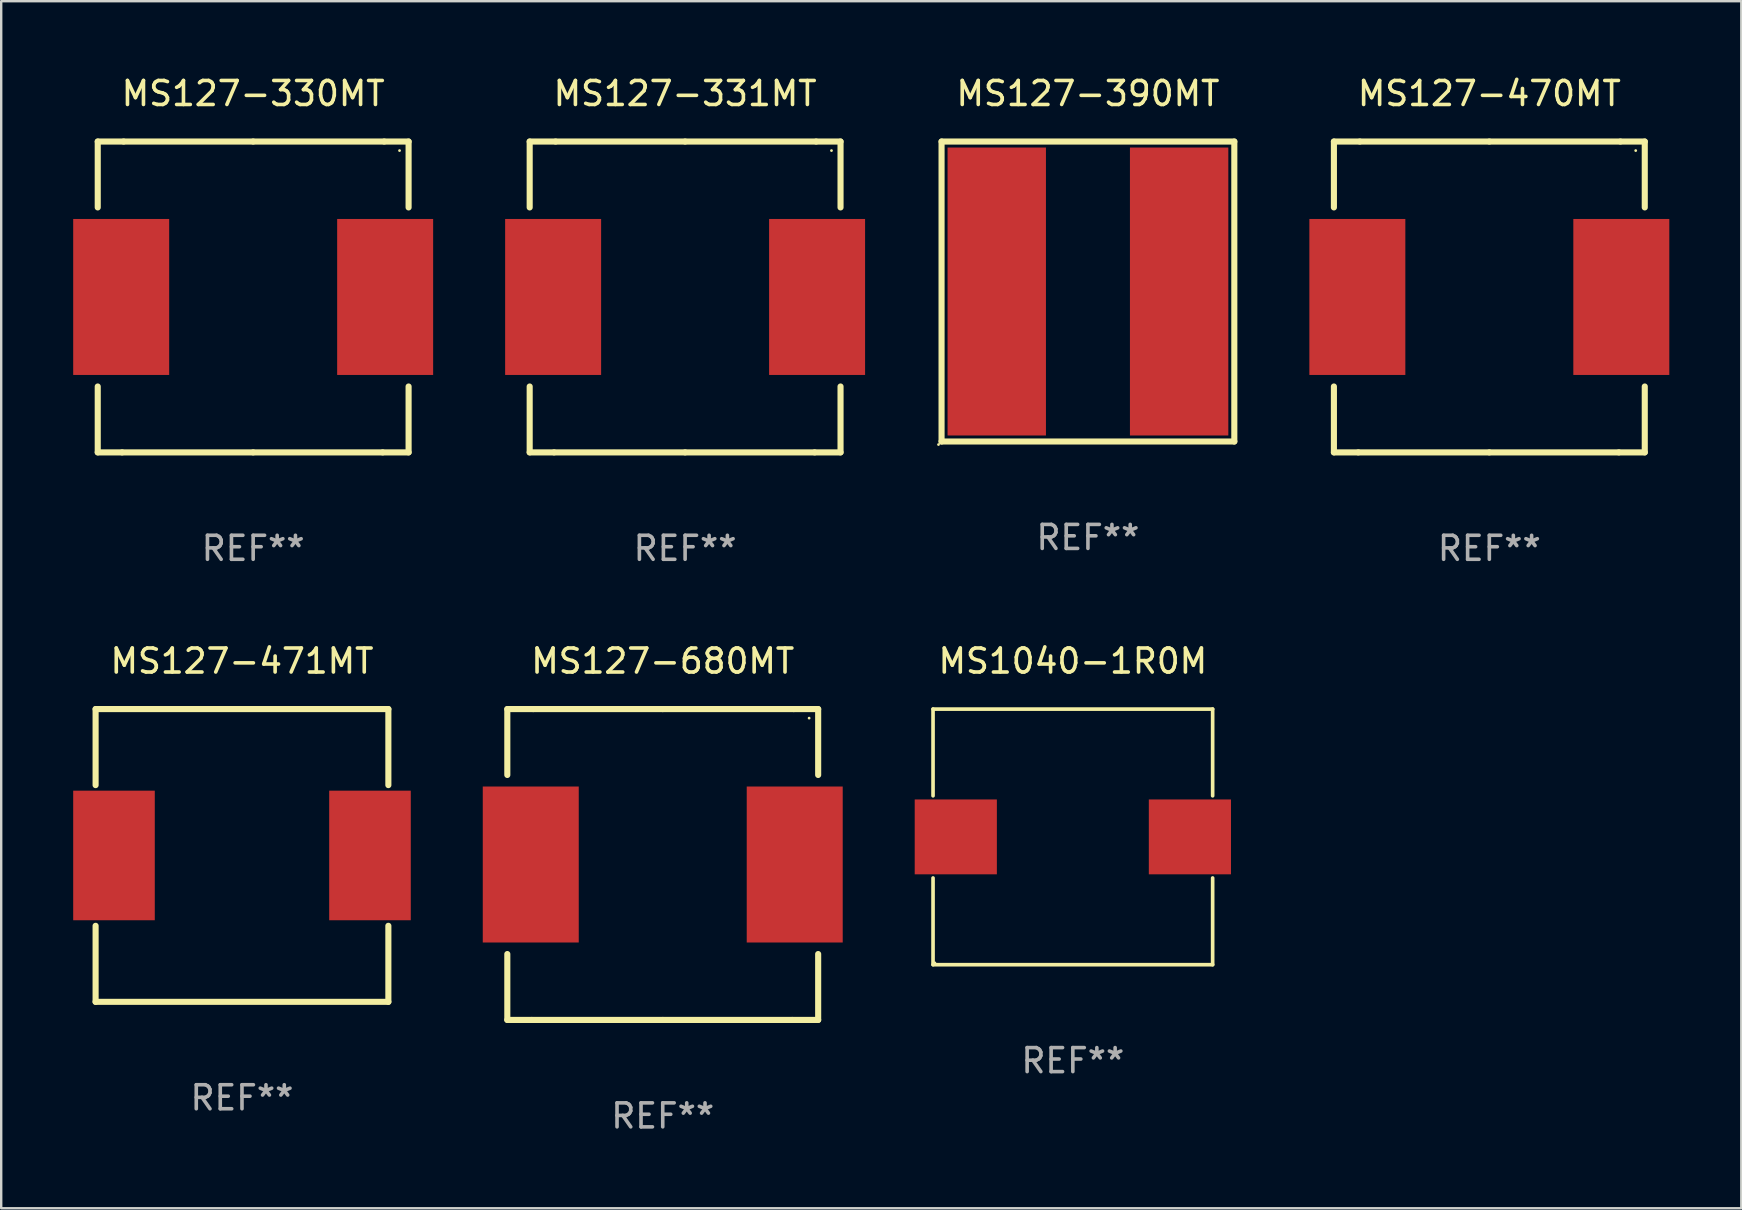
<source format=kicad_pcb>
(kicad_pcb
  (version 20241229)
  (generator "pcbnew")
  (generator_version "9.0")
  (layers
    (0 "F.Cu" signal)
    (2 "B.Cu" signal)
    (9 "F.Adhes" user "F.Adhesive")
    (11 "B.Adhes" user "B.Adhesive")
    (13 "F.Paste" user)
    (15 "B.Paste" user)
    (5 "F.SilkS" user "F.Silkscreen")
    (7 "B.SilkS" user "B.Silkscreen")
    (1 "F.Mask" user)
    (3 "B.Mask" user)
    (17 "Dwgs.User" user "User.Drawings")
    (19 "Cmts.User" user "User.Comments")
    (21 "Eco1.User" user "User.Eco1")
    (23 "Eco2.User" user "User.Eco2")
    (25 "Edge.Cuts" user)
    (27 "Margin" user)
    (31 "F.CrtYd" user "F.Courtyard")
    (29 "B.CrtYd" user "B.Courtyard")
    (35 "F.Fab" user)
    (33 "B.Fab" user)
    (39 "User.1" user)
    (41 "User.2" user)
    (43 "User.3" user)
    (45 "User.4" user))
  (footprint "MS127-331MT"
    (layer "F.Cu")
    (at 25.5 9.325)
    (property "Reference" "MS127-331MT" (at 0 -8.477 0) (layer "F.SilkS") (effects (font (size 1 1) (thickness 0.15))))
    (attr through_hole)
    (fp_line (start -6.477 -6.477) (end -5.398 -6.477) (stroke (width 0.254) (type solid)) (layer "F.SilkS"))
    (fp_line (start -6.477 -3.731) (end -6.477 -6.477) (stroke (width 0.254) (type solid)) (layer "F.SilkS"))
    (fp_line (start -6.477 6.477) (end -6.477 3.731) (stroke (width 0.254) (type solid)) (layer "F.SilkS"))
    (fp_line (start -5.461 6.477) (end -6.477 6.477) (stroke (width 0.254) (type solid)) (layer "F.SilkS"))
    (fp_line (start -5.398 -6.477) (end 0 -6.477) (stroke (width 0.254) (type solid)) (layer "F.SilkS"))
    (fp_line (start 0 -6.477) (end 5.461 -6.477) (stroke (width 0.254) (type solid)) (layer "F.SilkS"))
    (fp_line (start 0 6.477) (end -5.461 6.477) (stroke (width 0.254) (type solid)) (layer "F.SilkS"))
    (fp_line (start 5.398 6.477) (end 0 6.477) (stroke (width 0.254) (type solid)) (layer "F.SilkS"))
    (fp_line (start 5.461 -6.477) (end 6.477 -6.477) (stroke (width 0.254) (type solid)) (layer "F.SilkS"))
    (fp_line (start 6.477 -6.477) (end 6.477 -3.731) (stroke (width 0.254) (type solid)) (layer "F.SilkS"))
    (fp_line (start 6.477 3.731) (end 6.477 6.477) (stroke (width 0.254) (type solid)) (layer "F.SilkS"))
    (fp_line (start 6.477 6.477) (end 5.398 6.477) (stroke (width 0.254) (type solid)) (layer "F.SilkS"))
    (fp_circle (center 6.1 -6.1) (end 6.13 -6.1) (stroke (width 0.06) (type solid)) (fill no) (layer "F.SilkS"))
    (fp_text user "REF**" (at 0 10.477 0) (layer "F.Fab") (effects (font (size 1 1) (thickness 0.15))))
    (pad "1" smd rect (at 5.5 0) (size 4 6.5) (layers "F.Cu" "F.Mask" "F.Paste"))
    (pad "2" smd rect (at -5.5 0) (size 4 6.5) (layers "F.Cu" "F.Mask" "F.Paste")))
  (footprint "MS127-390MT"
    (layer "F.Cu")
    (at 42.287 9.098)
    (property "Reference" "MS127-390MT" (at 0 -8.25 0) (layer "F.SilkS") (effects (font (size 1 1) (thickness 0.15))))
    (attr through_hole)
    (fp_line (start -6.1 -6.25) (end -6.1 6.25) (stroke (width 0.254) (type solid)) (layer "F.SilkS"))
    (fp_line (start -6.1 -6.25) (end 6.1 -6.25) (stroke (width 0.254) (type solid)) (layer "F.SilkS"))
    (fp_line (start -6.1 6.25) (end 6.1 6.25) (stroke (width 0.254) (type solid)) (layer "F.SilkS"))
    (fp_line (start 6.1 6.25) (end 6.1 -6.25) (stroke (width 0.254) (type solid)) (layer "F.SilkS"))
    (fp_circle (center -6.227 6.377) (end -6.197 6.377) (stroke (width 0.06) (type solid)) (fill no) (layer "F.SilkS"))
    (fp_text user "REF**" (at 0 10.25 0) (layer "F.Fab") (effects (font (size 1 1) (thickness 0.15))))
    (pad "1" smd rect (at -3.8 -0.000013 90) (size 12 4.1) (layers "F.Cu" "F.Mask" "F.Paste"))
    (pad "2" smd rect (at 3.8 -0.000013 90) (size 12 4.1) (layers "F.Cu" "F.Mask" "F.Paste")))
  (footprint "MS1040-1R0M"
    (layer "F.Cu")
    (at 41.658 31.825)
    (property "Reference" "MS1040-1R0M" (at 0 -7.326 0) (layer "F.SilkS") (effects (font (size 1 1) (thickness 0.15))))
    (attr through_hole)
    (fp_line (start -5.826 -5.326) (end 5.826 -5.326) (stroke (width 0.152) (type solid)) (layer "F.SilkS"))
    (fp_line (start -5.826 -1.712) (end -5.826 -5.326) (stroke (width 0.152) (type solid)) (layer "F.SilkS"))
    (fp_line (start -5.826 1.712) (end -5.826 5.326) (stroke (width 0.152) (type solid)) (layer "F.SilkS"))
    (fp_line (start -5.826 5.326) (end 5.826 5.326) (stroke (width 0.152) (type solid)) (layer "F.SilkS"))
    (fp_line (start 5.826 -5.326) (end 5.826 -1.712) (stroke (width 0.152) (type solid)) (layer "F.SilkS"))
    (fp_line (start 5.826 5.326) (end 5.826 1.712) (stroke (width 0.152) (type solid)) (layer "F.SilkS"))
    (fp_circle (center -5.75 5.25) (end -5.72 5.25) (stroke (width 0.06) (type solid)) (fill no) (layer "F.SilkS"))
    (fp_text user "REF**" (at 0 9.326 0) (layer "F.Fab") (effects (font (size 1 1) (thickness 0.15))))
    (pad "1" smd rect (at 4.878 0) (size 3.424 3.12) (layers "F.Cu" "F.Mask" "F.Paste"))
    (pad "2" smd rect (at -4.878 0) (size 3.424 3.12) (layers "F.Cu" "F.Mask" "F.Paste")))
  (footprint "MS127-330MT"
    (layer "F.Cu")
    (at 7.5 9.325)
    (property "Reference" "MS127-330MT" (at 0 -8.477 0) (layer "F.SilkS") (effects (font (size 1 1) (thickness 0.15))))
    (attr through_hole)
    (fp_line (start -6.477 -6.477) (end -5.398 -6.477) (stroke (width 0.254) (type solid)) (layer "F.SilkS"))
    (fp_line (start -6.477 -3.731) (end -6.477 -6.477) (stroke (width 0.254) (type solid)) (layer "F.SilkS"))
    (fp_line (start -6.477 6.477) (end -6.477 3.731) (stroke (width 0.254) (type solid)) (layer "F.SilkS"))
    (fp_line (start -5.461 6.477) (end -6.477 6.477) (stroke (width 0.254) (type solid)) (layer "F.SilkS"))
    (fp_line (start -5.398 -6.477) (end 0 -6.477) (stroke (width 0.254) (type solid)) (layer "F.SilkS"))
    (fp_line (start 0 -6.477) (end 5.461 -6.477) (stroke (width 0.254) (type solid)) (layer "F.SilkS"))
    (fp_line (start 0 6.477) (end -5.461 6.477) (stroke (width 0.254) (type solid)) (layer "F.SilkS"))
    (fp_line (start 5.398 6.477) (end 0 6.477) (stroke (width 0.254) (type solid)) (layer "F.SilkS"))
    (fp_line (start 5.461 -6.477) (end 6.477 -6.477) (stroke (width 0.254) (type solid)) (layer "F.SilkS"))
    (fp_line (start 6.477 -6.477) (end 6.477 -3.731) (stroke (width 0.254) (type solid)) (layer "F.SilkS"))
    (fp_line (start 6.477 3.731) (end 6.477 6.477) (stroke (width 0.254) (type solid)) (layer "F.SilkS"))
    (fp_line (start 6.477 6.477) (end 5.398 6.477) (stroke (width 0.254) (type solid)) (layer "F.SilkS"))
    (fp_circle (center 6.1 -6.1) (end 6.13 -6.1) (stroke (width 0.06) (type solid)) (fill no) (layer "F.SilkS"))
    (fp_text user "REF**" (at 0 10.477 0) (layer "F.Fab") (effects (font (size 1 1) (thickness 0.15))))
    (pad "1" smd rect (at 5.5 0) (size 4 6.5) (layers "F.Cu" "F.Mask" "F.Paste"))
    (pad "2" smd rect (at -5.5 0) (size 4 6.5) (layers "F.Cu" "F.Mask" "F.Paste")))
  (footprint "MS127-471MT"
    (layer "F.Cu")
    (at 7.034 32.599)
    (property "Reference" "MS127-471MT" (at 0 -8.1 0) (layer "F.SilkS") (effects (font (size 1 1) (thickness 0.15))))
    (attr through_hole)
    (fp_line (start -6.1 -6.1) (end -6.1 -2.931) (stroke (width 0.254) (type solid)) (layer "F.SilkS"))
    (fp_line (start -6.1 -6.1) (end 6.1 -6.1) (stroke (width 0.254) (type solid)) (layer "F.SilkS"))
    (fp_line (start -6.1 6.1) (end -6.1 2.931) (stroke (width 0.254) (type solid)) (layer "F.SilkS"))
    (fp_line (start -6.1 6.1) (end 6.1 6.1) (stroke (width 0.254) (type solid)) (layer "F.SilkS"))
    (fp_line (start 6.1 -6.1) (end 6.1 -2.931) (stroke (width 0.254) (type solid)) (layer "F.SilkS"))
    (fp_line (start 6.1 2.931) (end 6.1 6.1) (stroke (width 0.254) (type solid)) (layer "F.SilkS"))
    (fp_circle (center -6.1 6.1) (end -6.07 6.1) (stroke (width 0.06) (type solid)) (fill no) (layer "F.SilkS"))
    (fp_text user "REF**" (at 0 10.1 0) (layer "F.Fab") (effects (font (size 1 1) (thickness 0.15))))
    (pad "1" smd rect (at -5.334 0 90) (size 5.4 3.4) (layers "F.Cu" "F.Mask" "F.Paste"))
    (pad "2" smd rect (at 5.334 0 90) (size 5.4 3.4) (layers "F.Cu" "F.Mask" "F.Paste")))
  (footprint "MS127-680MT"
    (layer "F.Cu")
    (at 24.568 32.976)
    (property "Reference" "MS127-680MT" (at 0 -8.477 0) (layer "F.SilkS") (effects (font (size 1 1) (thickness 0.15))))
    (attr through_hole)
    (fp_line (start -6.477 -6.477) (end -5.398 -6.477) (stroke (width 0.254) (type solid)) (layer "F.SilkS"))
    (fp_line (start -6.477 -3.731) (end -6.477 -6.477) (stroke (width 0.254) (type solid)) (layer "F.SilkS"))
    (fp_line (start -6.477 6.477) (end -6.477 3.731) (stroke (width 0.254) (type solid)) (layer "F.SilkS"))
    (fp_line (start -5.461 6.477) (end -6.477 6.477) (stroke (width 0.254) (type solid)) (layer "F.SilkS"))
    (fp_line (start -5.398 -6.477) (end 0 -6.477) (stroke (width 0.254) (type solid)) (layer "F.SilkS"))
    (fp_line (start 0 -6.477) (end 5.461 -6.477) (stroke (width 0.254) (type solid)) (layer "F.SilkS"))
    (fp_line (start 0 6.477) (end -5.461 6.477) (stroke (width 0.254) (type solid)) (layer "F.SilkS"))
    (fp_line (start 5.398 6.477) (end 0 6.477) (stroke (width 0.254) (type solid)) (layer "F.SilkS"))
    (fp_line (start 5.461 -6.477) (end 6.477 -6.477) (stroke (width 0.254) (type solid)) (layer "F.SilkS"))
    (fp_line (start 6.477 -6.477) (end 6.477 -3.731) (stroke (width 0.254) (type solid)) (layer "F.SilkS"))
    (fp_line (start 6.477 3.731) (end 6.477 6.477) (stroke (width 0.254) (type solid)) (layer "F.SilkS"))
    (fp_line (start 6.477 6.477) (end 5.398 6.477) (stroke (width 0.254) (type solid)) (layer "F.SilkS"))
    (fp_circle (center 6.1 -6.1) (end 6.13 -6.1) (stroke (width 0.06) (type solid)) (fill no) (layer "F.SilkS"))
    (fp_text user "REF**" (at 0 10.477 0) (layer "F.Fab") (effects (font (size 1 1) (thickness 0.15))))
    (pad "1" smd rect (at 5.5 0) (size 4 6.5) (layers "F.Cu" "F.Mask" "F.Paste"))
    (pad "2" smd rect (at -5.5 0) (size 4 6.5) (layers "F.Cu" "F.Mask" "F.Paste")))
  (footprint "MS127-470MT"
    (layer "F.Cu")
    (at 59.014 9.325)
    (property "Reference" "MS127-470MT" (at 0 -8.477 0) (layer "F.SilkS") (effects (font (size 1 1) (thickness 0.15))))
    (attr through_hole)
    (fp_line (start -6.477 -6.477) (end -5.398 -6.477) (stroke (width 0.254) (type solid)) (layer "F.SilkS"))
    (fp_line (start -6.477 -3.731) (end -6.477 -6.477) (stroke (width 0.254) (type solid)) (layer "F.SilkS"))
    (fp_line (start -6.477 6.477) (end -6.477 3.731) (stroke (width 0.254) (type solid)) (layer "F.SilkS"))
    (fp_line (start -5.461 6.477) (end -6.477 6.477) (stroke (width 0.254) (type solid)) (layer "F.SilkS"))
    (fp_line (start -5.398 -6.477) (end 0 -6.477) (stroke (width 0.254) (type solid)) (layer "F.SilkS"))
    (fp_line (start 0 -6.477) (end 5.461 -6.477) (stroke (width 0.254) (type solid)) (layer "F.SilkS"))
    (fp_line (start 0 6.477) (end -5.461 6.477) (stroke (width 0.254) (type solid)) (layer "F.SilkS"))
    (fp_line (start 5.398 6.477) (end 0 6.477) (stroke (width 0.254) (type solid)) (layer "F.SilkS"))
    (fp_line (start 5.461 -6.477) (end 6.477 -6.477) (stroke (width 0.254) (type solid)) (layer "F.SilkS"))
    (fp_line (start 6.477 -6.477) (end 6.477 -3.731) (stroke (width 0.254) (type solid)) (layer "F.SilkS"))
    (fp_line (start 6.477 3.731) (end 6.477 6.477) (stroke (width 0.254) (type solid)) (layer "F.SilkS"))
    (fp_line (start 6.477 6.477) (end 5.398 6.477) (stroke (width 0.254) (type solid)) (layer "F.SilkS"))
    (fp_circle (center 6.1 -6.1) (end 6.13 -6.1) (stroke (width 0.06) (type solid)) (fill no) (layer "F.SilkS"))
    (fp_text user "REF**" (at 0 10.477 0) (layer "F.Fab") (effects (font (size 1 1) (thickness 0.15))))
    (pad "1" smd rect (at 5.5 0) (size 4 6.5) (layers "F.Cu" "F.Mask" "F.Paste"))
    (pad "2" smd rect (at -5.5 0) (size 4 6.5) (layers "F.Cu" "F.Mask" "F.Paste")))
  (gr_rect
    (start -3 -3)
    (end 69.514 47.301)
    (stroke (width 0.1) (type default))
    (fill no)
    (layer "Edge.Cuts")))
</source>
